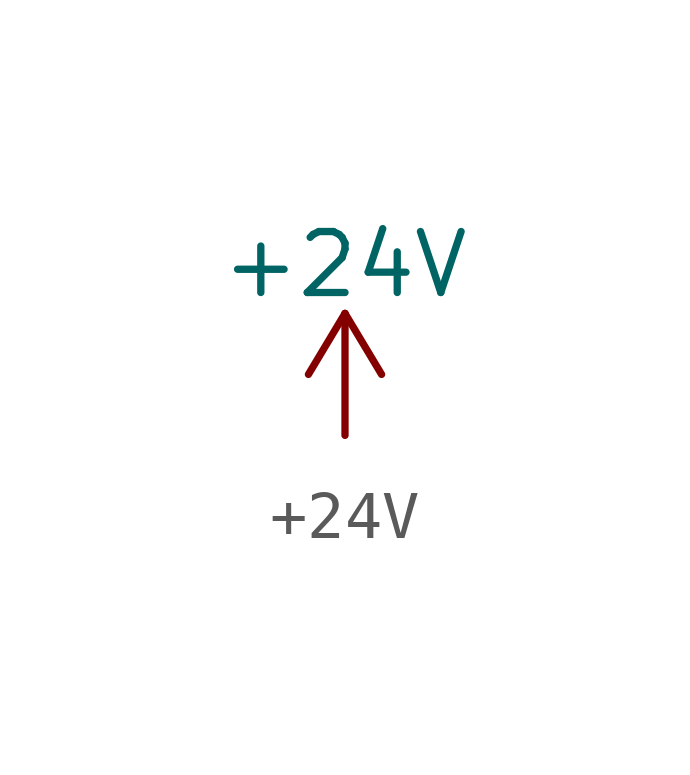
<source format=kicad_sym>
(kicad_symbol_lib
  (version 20231120)
  (generator "kicad_symbol_editor")
  (generator_version "8.0")
  (symbol "+24V"
    (power)
    (pin_names
      (offset 0))
    (property "Reference" "#PWR"
      (at 0 -3.81 0)
      (effects (font (size 1.27 1.27)) (hide yes)))
    (property "Value" "+24V"
      (at 0 3.556 0)
      (effects (font (size 1.27 1.27))))
    (symbol "+24V_0_1"
      (polyline (pts (xy -0.762 1.27) (xy 0 2.54)) (stroke (width 0) (type default)) (fill (type none)))
      (polyline (pts (xy 0 0) (xy 0 2.54)) (stroke (width 0) (type default)) (fill (type none)))
      (polyline (pts (xy 0 2.54) (xy 0.762 1.27)) (stroke (width 0) (type default)) (fill (type none))))
    (symbol "+24V_1_1"
      (pin power_in line (at 0 0 90) (length 0) hide (name "+24V" (effects (font (size 1.27 1.27)))) (number "1" (effects (font (size 1.27 1.27))))))))
</source>
